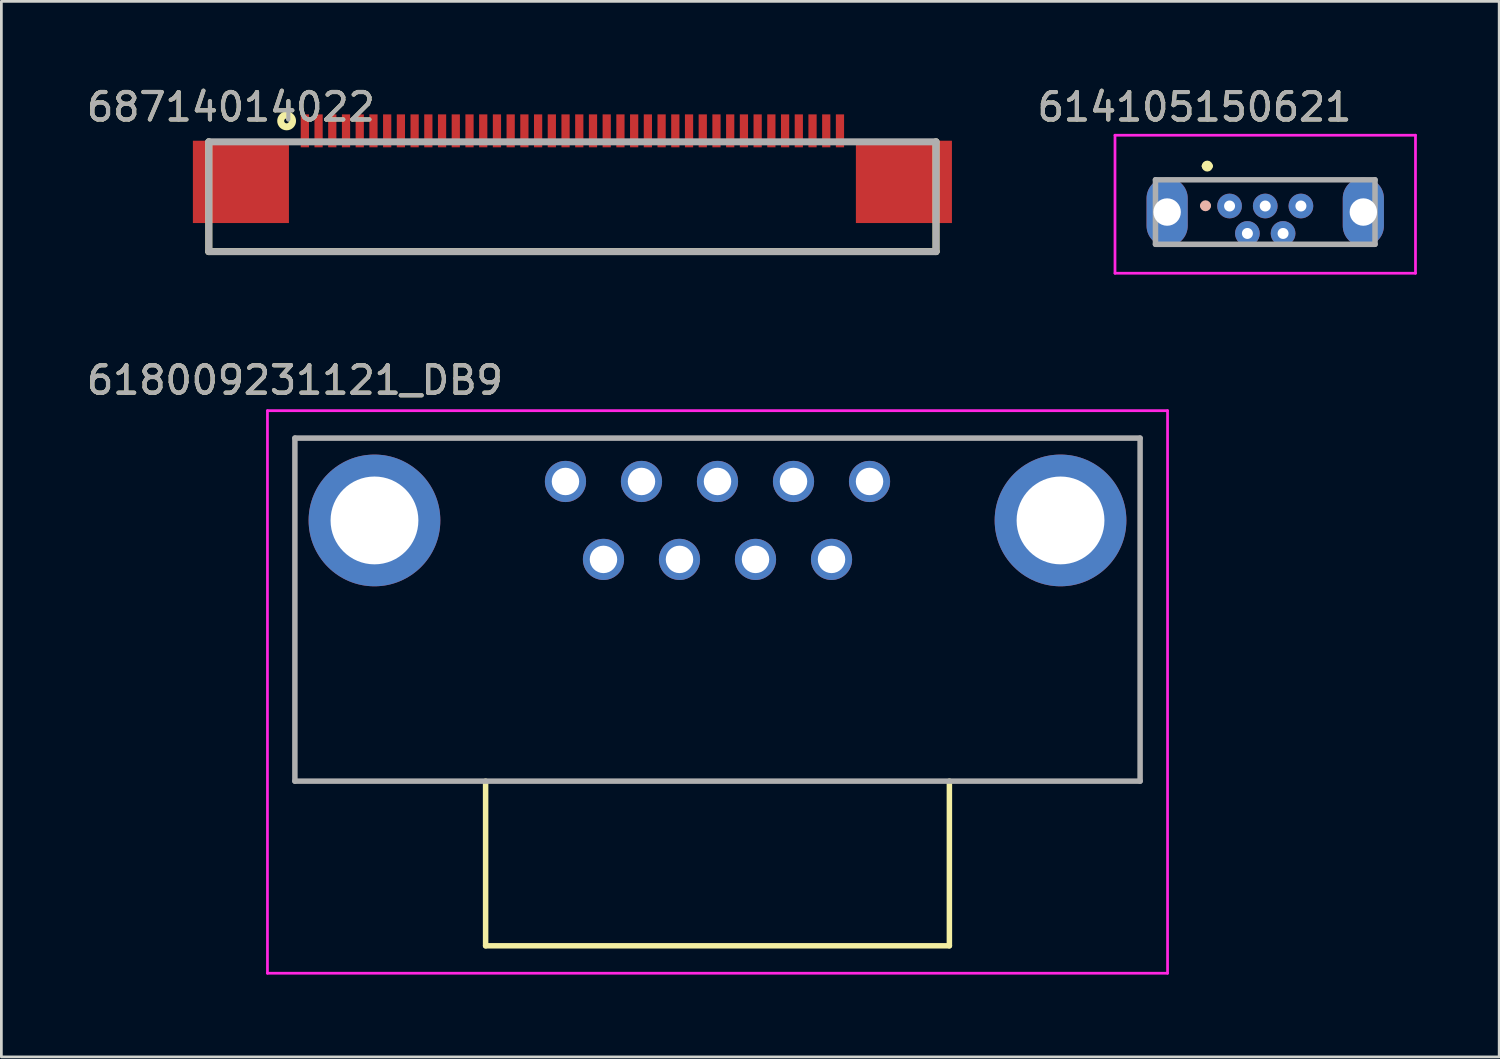
<source format=kicad_pcb>
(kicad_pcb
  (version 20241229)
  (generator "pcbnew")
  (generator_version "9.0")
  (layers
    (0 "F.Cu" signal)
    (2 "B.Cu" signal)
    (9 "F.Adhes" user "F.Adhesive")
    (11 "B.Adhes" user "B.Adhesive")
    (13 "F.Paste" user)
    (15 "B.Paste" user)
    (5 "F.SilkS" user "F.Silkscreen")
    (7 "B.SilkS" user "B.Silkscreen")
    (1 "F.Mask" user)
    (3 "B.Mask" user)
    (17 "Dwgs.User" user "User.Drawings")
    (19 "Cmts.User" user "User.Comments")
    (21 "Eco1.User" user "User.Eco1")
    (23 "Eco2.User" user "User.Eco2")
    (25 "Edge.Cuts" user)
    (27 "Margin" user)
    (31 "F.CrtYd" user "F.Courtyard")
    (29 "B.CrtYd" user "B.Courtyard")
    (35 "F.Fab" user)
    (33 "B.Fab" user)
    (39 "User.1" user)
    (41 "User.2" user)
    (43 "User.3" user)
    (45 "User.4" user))
  (footprint "614105150621"
    (layer "F.Cu")
    (at 43.056 4.392)
    (property "Reference" "614105150621" (at -2.578 -3.543 0) (layer "F.SilkS") (effects (font (size 1 1) (thickness 0.15))))
    (attr through_hole)
    (fp_line (start -4 -0.89) (end 4 -0.89) (stroke (width 0.1) (type solid)) (layer "F.SilkS"))
    (fp_line (start -4 1.46) (end -1.5 1.46) (stroke (width 0.1) (type solid)) (layer "F.SilkS"))
    (fp_line (start -2.213 -1.39) (end -2.213 -1.39) (stroke (width 0.2) (type solid)) (layer "F.SilkS"))
    (fp_line (start -2.013 -1.39) (end -2.013 -1.39) (stroke (width 0.2) (type solid)) (layer "F.SilkS"))
    (fp_line (start 1.5 1.46) (end 4 1.46) (stroke (width 0.1) (type solid)) (layer "F.SilkS"))
    (fp_arc (start -2.2128 -1.3896) (mid -2.1128 -1.4896) (end -2.0128 -1.3896) (stroke (width 0.2) (type solid)) (layer "F.SilkS"))
    (fp_arc (start -2.0128 -1.3896) (mid -2.1128 -1.2896) (end -2.2128 -1.3896) (stroke (width 0.2) (type solid)) (layer "F.SilkS"))
    (fp_arc (start -2.2763 0.0561) (mid -2.1763 -0.0439) (end -2.0763 0.0561) (stroke (width 0.2) (type solid)) (layer "B.SilkS"))
    (fp_arc (start -2.0763 0.0561) (mid -2.1763 0.1561) (end -2.2763 0.0561) (stroke (width 0.2) (type solid)) (layer "B.SilkS"))
    (fp_line (start -5.475 -2.515) (end 5.475 -2.515) (stroke (width 0.1) (type solid)) (layer "F.CrtYd"))
    (fp_line (start -5.475 2.515) (end -5.475 -2.515) (stroke (width 0.1) (type solid)) (layer "F.CrtYd"))
    (fp_line (start 5.475 -2.515) (end 5.475 2.515) (stroke (width 0.1) (type solid)) (layer "F.CrtYd"))
    (fp_line (start 5.475 2.515) (end -5.475 2.515) (stroke (width 0.1) (type solid)) (layer "F.CrtYd"))
    (fp_line (start -4 -0.89) (end 4 -0.89) (stroke (width 0.2) (type solid)) (layer "F.Fab"))
    (fp_line (start -4 1.46) (end -4 -0.89) (stroke (width 0.2) (type solid)) (layer "F.Fab"))
    (fp_line (start 4 -0.89) (end 4 1.46) (stroke (width 0.2) (type solid)) (layer "F.Fab"))
    (fp_line (start 4 1.46) (end -4 1.46) (stroke (width 0.2) (type solid)) (layer "F.Fab"))
    (fp_text user "${REFERENCE}" (at -2.578 -3.543 0) (layer "F.Fab") (effects (font (size 1 1) (thickness 0.15))))
    (pad "1" thru_hole circle (at -1.3 0.065) (size 0.9 0.9) (drill 0.4) (layers "*.Cu" "*.Mask"))
    (pad "2" thru_hole circle (at -0.65 1.065) (size 0.9 0.9) (drill 0.4) (layers "*.Cu" "*.Mask"))
    (pad "3" thru_hole circle (at 0 0.065) (size 0.9 0.9) (drill 0.4) (layers "*.Cu" "*.Mask"))
    (pad "4" thru_hole circle (at 0.65 1.065) (size 0.9 0.9) (drill 0.4) (layers "*.Cu" "*.Mask"))
    (pad "5" thru_hole circle (at 1.3 0.065) (size 0.9 0.9) (drill 0.4) (layers "*.Cu" "*.Mask"))
    (pad "6" thru_hole oval (at -3.575 0.285) (size 1.5 2.5) (drill 1) (layers "*.Cu" "*.Mask"))
    (pad "6" thru_hole oval (at 3.575 0.285) (size 1.5 2.5) (drill 1) (layers "*.Cu" "*.Mask")))
  (footprint "68714014022"
    (layer "F.Cu")
    (at 17.809 2.118)
    (property "Reference" "68714014022" (at -12.446 -1.27 0) (layer "F.SilkS") (effects (font (size 1 1) (thickness 0.15))))
    (attr smd)
    (fp_line (start -13.25 0) (end -13.25 4) (stroke (width 0.254) (type solid)) (layer "F.SilkS"))
    (fp_line (start -13.25 4) (end 13.25 4) (stroke (width 0.254) (type solid)) (layer "F.SilkS"))
    (fp_line (start 13.25 4) (end 13.25 0) (stroke (width 0.254) (type solid)) (layer "F.SilkS"))
    (fp_circle (center -10.414 -0.762) (end -10.414 -0.673) (stroke (width 0.254) (type solid)) (fill no) (layer "F.SilkS"))
    (fp_line (start -13.25 0) (end 13.25 0) (stroke (width 0.254) (type solid)) (layer "F.Fab"))
    (fp_line (start -13.25 4) (end -13.25 0) (stroke (width 0.254) (type solid)) (layer "F.Fab"))
    (fp_line (start 13.25 0) (end 13.25 4) (stroke (width 0.254) (type solid)) (layer "F.Fab"))
    (fp_line (start 13.25 4) (end -13.25 4) (stroke (width 0.254) (type solid)) (layer "F.Fab"))
    (fp_text user "${REFERENCE}" (at -12.446 -1.27 0) (layer "F.Fab") (effects (font (size 1 1) (thickness 0.15))))
    (pad "" smd rect (at -12.08 1.46) (size 3.5 3) (layers "F.Cu" "F.Mask" "F.Paste"))
    (pad "" smd rect (at 12.08 1.46) (size 3.5 3) (layers "F.Cu" "F.Mask" "F.Paste"))
    (pad "1" smd rect (at -9.75 -0.4) (size 0.3 1.2) (layers "F.Cu" "F.Mask" "F.Paste"))
    (pad "2" smd rect (at -9.25 -0.4) (size 0.3 1.2) (layers "F.Cu" "F.Mask" "F.Paste"))
    (pad "3" smd rect (at -8.75 -0.4) (size 0.3 1.2) (layers "F.Cu" "F.Mask" "F.Paste"))
    (pad "4" smd rect (at -8.25 -0.4) (size 0.3 1.2) (layers "F.Cu" "F.Mask" "F.Paste"))
    (pad "5" smd rect (at -7.75 -0.4) (size 0.3 1.2) (layers "F.Cu" "F.Mask" "F.Paste"))
    (pad "6" smd rect (at -7.25 -0.4) (size 0.3 1.2) (layers "F.Cu" "F.Mask" "F.Paste"))
    (pad "7" smd rect (at -6.75 -0.4) (size 0.3 1.2) (layers "F.Cu" "F.Mask" "F.Paste"))
    (pad "8" smd rect (at -6.25 -0.4) (size 0.3 1.2) (layers "F.Cu" "F.Mask" "F.Paste"))
    (pad "9" smd rect (at -5.75 -0.4) (size 0.3 1.2) (layers "F.Cu" "F.Mask" "F.Paste"))
    (pad "10" smd rect (at -5.25 -0.4) (size 0.3 1.2) (layers "F.Cu" "F.Mask" "F.Paste"))
    (pad "11" smd rect (at -4.75 -0.4) (size 0.3 1.2) (layers "F.Cu" "F.Mask" "F.Paste"))
    (pad "12" smd rect (at -4.25 -0.4) (size 0.3 1.2) (layers "F.Cu" "F.Mask" "F.Paste"))
    (pad "13" smd rect (at -3.75 -0.4) (size 0.3 1.2) (layers "F.Cu" "F.Mask" "F.Paste"))
    (pad "14" smd rect (at -3.25 -0.4) (size 0.3 1.2) (layers "F.Cu" "F.Mask" "F.Paste"))
    (pad "15" smd rect (at -2.75 -0.4) (size 0.3 1.2) (layers "F.Cu" "F.Mask" "F.Paste"))
    (pad "16" smd rect (at -2.25 -0.4) (size 0.3 1.2) (layers "F.Cu" "F.Mask" "F.Paste"))
    (pad "17" smd rect (at -1.75 -0.4) (size 0.3 1.2) (layers "F.Cu" "F.Mask" "F.Paste"))
    (pad "18" smd rect (at -1.25 -0.4) (size 0.3 1.2) (layers "F.Cu" "F.Mask" "F.Paste"))
    (pad "19" smd rect (at -0.75 -0.4) (size 0.3 1.2) (layers "F.Cu" "F.Mask" "F.Paste"))
    (pad "20" smd rect (at -0.25 -0.4) (size 0.3 1.2) (layers "F.Cu" "F.Mask" "F.Paste"))
    (pad "21" smd rect (at 0.25 -0.4) (size 0.3 1.2) (layers "F.Cu" "F.Mask" "F.Paste"))
    (pad "22" smd rect (at 0.75 -0.4) (size 0.3 1.2) (layers "F.Cu" "F.Mask" "F.Paste"))
    (pad "23" smd rect (at 1.25 -0.4) (size 0.3 1.2) (layers "F.Cu" "F.Mask" "F.Paste"))
    (pad "24" smd rect (at 1.75 -0.4) (size 0.3 1.2) (layers "F.Cu" "F.Mask" "F.Paste"))
    (pad "25" smd rect (at 2.25 -0.4) (size 0.3 1.2) (layers "F.Cu" "F.Mask" "F.Paste"))
    (pad "26" smd rect (at 2.75 -0.4) (size 0.3 1.2) (layers "F.Cu" "F.Mask" "F.Paste"))
    (pad "27" smd rect (at 3.25 -0.4) (size 0.3 1.2) (layers "F.Cu" "F.Mask" "F.Paste"))
    (pad "28" smd rect (at 3.75 -0.4) (size 0.3 1.2) (layers "F.Cu" "F.Mask" "F.Paste"))
    (pad "29" smd rect (at 4.25 -0.4) (size 0.3 1.2) (layers "F.Cu" "F.Mask" "F.Paste"))
    (pad "30" smd rect (at 4.75 -0.4) (size 0.3 1.2) (layers "F.Cu" "F.Mask" "F.Paste"))
    (pad "31" smd rect (at 5.25 -0.4) (size 0.3 1.2) (layers "F.Cu" "F.Mask" "F.Paste"))
    (pad "32" smd rect (at 5.75 -0.4) (size 0.3 1.2) (layers "F.Cu" "F.Mask" "F.Paste"))
    (pad "33" smd rect (at 6.25 -0.4) (size 0.3 1.2) (layers "F.Cu" "F.Mask" "F.Paste"))
    (pad "34" smd rect (at 6.75 -0.4) (size 0.3 1.2) (layers "F.Cu" "F.Mask" "F.Paste"))
    (pad "35" smd rect (at 7.25 -0.4) (size 0.3 1.2) (layers "F.Cu" "F.Mask" "F.Paste"))
    (pad "36" smd rect (at 7.75 -0.4) (size 0.3 1.2) (layers "F.Cu" "F.Mask" "F.Paste"))
    (pad "37" smd rect (at 8.25 -0.4) (size 0.3 1.2) (layers "F.Cu" "F.Mask" "F.Paste"))
    (pad "38" smd rect (at 8.75 -0.4) (size 0.3 1.2) (layers "F.Cu" "F.Mask" "F.Paste"))
    (pad "39" smd rect (at 9.25 -0.4) (size 0.3 1.2) (layers "F.Cu" "F.Mask" "F.Paste"))
    (pad "40" smd rect (at 9.75 -0.4) (size 0.3 1.2) (layers "F.Cu" "F.Mask" "F.Paste")))
  (footprint "618009231121_DB9"
    (layer "F.Cu")
    (at 28.636 14.495)
    (property "Reference" "618009231121_DB9" (at -20.94 -3.69 0) (layer "F.SilkS") (effects (font (size 1 1) (thickness 0.15))))
    (attr through_hole)
    (fp_line (start -20.94 -1.58) (end 9.86 -1.58) (stroke (width 0.1) (type solid)) (layer "F.SilkS"))
    (fp_line (start -20.94 10.92) (end -20.94 -1.58) (stroke (width 0.1) (type solid)) (layer "F.SilkS"))
    (fp_line (start -13.99 10.92) (end -13.99 16.92) (stroke (width 0.2) (type solid)) (layer "F.SilkS"))
    (fp_line (start -13.99 16.92) (end 2.91 16.92) (stroke (width 0.2) (type solid)) (layer "F.SilkS"))
    (fp_line (start 2.91 16.92) (end 2.91 10.92) (stroke (width 0.2) (type solid)) (layer "F.SilkS"))
    (fp_line (start 9.86 -1.58) (end 9.86 10.92) (stroke (width 0.1) (type solid)) (layer "F.SilkS"))
    (fp_line (start 9.86 10.92) (end -20.94 10.92) (stroke (width 0.1) (type solid)) (layer "F.SilkS"))
    (fp_line (start -21.94 -2.58) (end 10.86 -2.58) (stroke (width 0.1) (type solid)) (layer "F.CrtYd"))
    (fp_line (start -21.94 17.92) (end -21.94 -2.58) (stroke (width 0.1) (type solid)) (layer "F.CrtYd"))
    (fp_line (start 10.86 -2.58) (end 10.86 17.92) (stroke (width 0.1) (type solid)) (layer "F.CrtYd"))
    (fp_line (start 10.86 17.92) (end -21.94 17.92) (stroke (width 0.1) (type solid)) (layer "F.CrtYd"))
    (fp_line (start -20.94 -1.58) (end 9.86 -1.58) (stroke (width 0.2) (type solid)) (layer "F.Fab"))
    (fp_line (start -20.94 10.92) (end -20.94 -1.58) (stroke (width 0.2) (type solid)) (layer "F.Fab"))
    (fp_line (start 9.86 -1.58) (end 9.86 10.92) (stroke (width 0.2) (type solid)) (layer "F.Fab"))
    (fp_line (start 9.86 10.92) (end -20.94 10.92) (stroke (width 0.2) (type solid)) (layer "F.Fab"))
    (fp_text user "${REFERENCE}" (at -20.94 -3.69 0) (layer "F.Fab") (effects (font (size 1 1) (thickness 0.15))))
    (pad "0" thru_hole circle (at -18.04 1.42) (size 4.8 4.8) (drill 3.2) (layers "*.Cu" "*.Mask"))
    (pad "0" thru_hole circle (at 6.96 1.42) (size 4.8 4.8) (drill 3.2) (layers "*.Cu" "*.Mask"))
    (pad "1" thru_hole circle (at 0 0) (size 1.5 1.5) (drill 1) (layers "*.Cu" "*.Mask"))
    (pad "2" thru_hole circle (at -2.77 0) (size 1.5 1.5) (drill 1) (layers "*.Cu" "*.Mask"))
    (pad "3" thru_hole circle (at -5.54 0) (size 1.5 1.5) (drill 1) (layers "*.Cu" "*.Mask"))
    (pad "4" thru_hole circle (at -8.31 0) (size 1.5 1.5) (drill 1) (layers "*.Cu" "*.Mask"))
    (pad "5" thru_hole circle (at -11.08 0) (size 1.5 1.5) (drill 1) (layers "*.Cu" "*.Mask"))
    (pad "6" thru_hole circle (at -1.385 2.84) (size 1.5 1.5) (drill 1) (layers "*.Cu" "*.Mask"))
    (pad "7" thru_hole circle (at -4.155 2.84) (size 1.5 1.5) (drill 1) (layers "*.Cu" "*.Mask"))
    (pad "8" thru_hole circle (at -6.925 2.84) (size 1.5 1.5) (drill 1) (layers "*.Cu" "*.Mask"))
    (pad "9" thru_hole circle (at -9.695 2.84) (size 1.5 1.5) (drill 1) (layers "*.Cu" "*.Mask")))
  (gr_rect
    (start -3 -3)
    (end 51.581 35.465)
    (stroke (width 0.1) (type default))
    (fill no)
    (layer "Edge.Cuts")))
</source>
